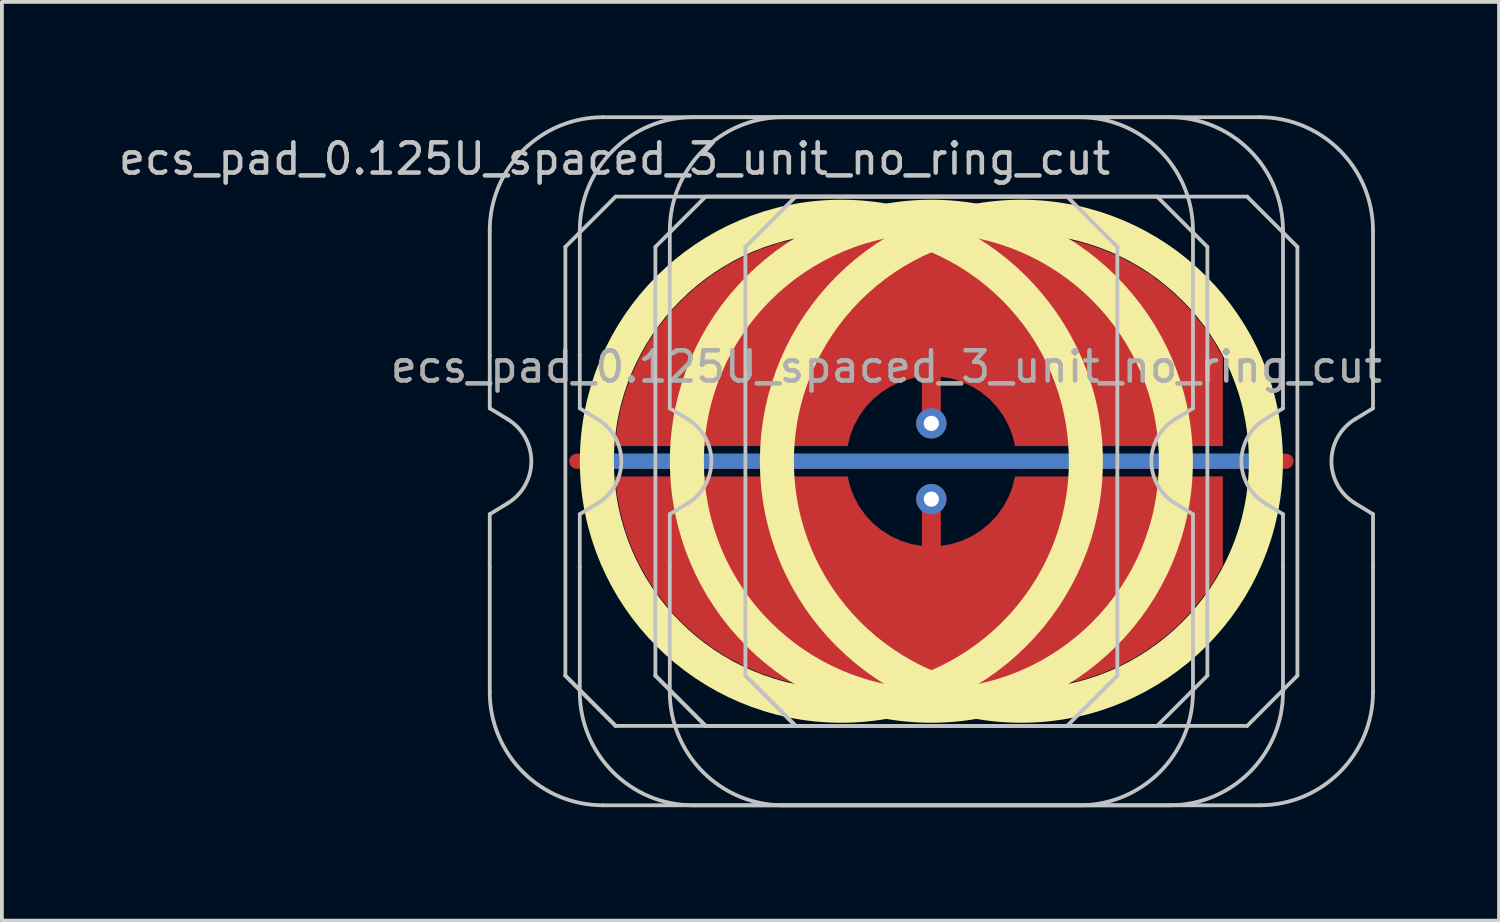
<source format=kicad_pcb>
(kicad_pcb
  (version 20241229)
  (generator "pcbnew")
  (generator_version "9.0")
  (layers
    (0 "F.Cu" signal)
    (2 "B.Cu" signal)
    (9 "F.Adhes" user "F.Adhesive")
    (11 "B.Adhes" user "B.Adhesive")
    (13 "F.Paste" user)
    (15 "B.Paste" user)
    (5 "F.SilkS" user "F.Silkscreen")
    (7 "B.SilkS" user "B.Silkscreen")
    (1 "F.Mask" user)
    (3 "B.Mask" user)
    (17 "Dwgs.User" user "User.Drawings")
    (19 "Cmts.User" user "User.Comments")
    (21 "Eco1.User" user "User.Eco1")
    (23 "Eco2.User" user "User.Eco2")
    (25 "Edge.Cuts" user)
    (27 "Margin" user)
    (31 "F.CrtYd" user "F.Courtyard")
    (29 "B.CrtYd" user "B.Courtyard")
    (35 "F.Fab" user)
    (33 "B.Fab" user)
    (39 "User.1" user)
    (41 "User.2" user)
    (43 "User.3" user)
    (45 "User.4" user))
  (footprint "ecs_pad_0.125U_spaced_3_unit_no_ring_cut"
    (layer "F.Cu")
    (at 21.585 9.15)
    (property "Reference" "ecs_pad_0.125U_spaced_3_unit_no_ring_cut" (at -8.38 -8 0) (layer "Dwgs.User") (effects (font (size 0.8 0.8) (thickness 0.12))))
    (attr smd)
    (fp_circle (center -2.381 0) (end 4.086 0) (stroke (width 0.9) (type solid)) (fill no) (layer "F.SilkS"))
    (fp_circle (center 0 0) (end 6.467 0) (stroke (width 0.9) (type solid)) (fill no) (layer "F.SilkS"))
    (fp_circle (center 2.381 0) (end 8.848 0) (stroke (width 0.9) (type solid)) (fill no) (layer "F.SilkS"))
    (fp_line (start -11.681 -2.805) (end -11.681 -6.1) (stroke (width 0.1) (type solid)) (layer "Dwgs.User"))
    (fp_line (start -11.681 -1.4) (end -11.681 -2.805) (stroke (width 0.1) (type solid)) (layer "Dwgs.User"))
    (fp_line (start -11.681 1.4) (end -11.206 1.111) (stroke (width 0.1) (type solid)) (layer "Dwgs.User"))
    (fp_line (start -11.681 2.805) (end -11.681 1.4) (stroke (width 0.1) (type solid)) (layer "Dwgs.User"))
    (fp_line (start -11.681 6.1) (end -11.681 2.805) (stroke (width 0.1) (type solid)) (layer "Dwgs.User"))
    (fp_line (start -11.206 -1.111) (end -11.681 -1.4) (stroke (width 0.1) (type solid)) (layer "Dwgs.User"))
    (fp_line (start -9.681 -5.67) (end -8.351 -7) (stroke (width 0.1) (type solid)) (layer "Dwgs.User"))
    (fp_line (start -9.681 5.67) (end -9.681 -5.67) (stroke (width 0.1) (type solid)) (layer "Dwgs.User"))
    (fp_line (start -9.681 5.67) (end -8.351 7) (stroke (width 0.1) (type solid)) (layer "Dwgs.User"))
    (fp_line (start -9.3 -2.805) (end -9.3 -6.1) (stroke (width 0.1) (type solid)) (layer "Dwgs.User"))
    (fp_line (start -9.3 -1.4) (end -9.3 -2.805) (stroke (width 0.1) (type solid)) (layer "Dwgs.User"))
    (fp_line (start -9.3 1.4) (end -8.824 1.111) (stroke (width 0.1) (type solid)) (layer "Dwgs.User"))
    (fp_line (start -9.3 2.805) (end -9.3 1.4) (stroke (width 0.1) (type solid)) (layer "Dwgs.User"))
    (fp_line (start -9.3 6.1) (end -9.3 2.805) (stroke (width 0.1) (type solid)) (layer "Dwgs.User"))
    (fp_line (start -8.824 -1.111) (end -9.3 -1.4) (stroke (width 0.1) (type solid)) (layer "Dwgs.User"))
    (fp_line (start -8.681 -9.1) (end 3.919 -9.1) (stroke (width 0.1) (type solid)) (layer "Dwgs.User"))
    (fp_line (start -8.351 -7) (end 3.589 -7) (stroke (width 0.1) (type solid)) (layer "Dwgs.User"))
    (fp_line (start -8.351 7) (end -9.681 5.67) (stroke (width 0.1) (type solid)) (layer "Dwgs.User"))
    (fp_line (start -7.3 -5.67) (end -5.97 -7) (stroke (width 0.1) (type solid)) (layer "Dwgs.User"))
    (fp_line (start -7.3 5.67) (end -7.3 -5.67) (stroke (width 0.1) (type solid)) (layer "Dwgs.User"))
    (fp_line (start -7.3 5.67) (end -5.97 7) (stroke (width 0.1) (type solid)) (layer "Dwgs.User"))
    (fp_line (start -6.919 -2.805) (end -6.919 -6.1) (stroke (width 0.1) (type solid)) (layer "Dwgs.User"))
    (fp_line (start -6.919 -1.4) (end -6.919 -2.805) (stroke (width 0.1) (type solid)) (layer "Dwgs.User"))
    (fp_line (start -6.919 1.4) (end -6.443 1.111) (stroke (width 0.1) (type solid)) (layer "Dwgs.User"))
    (fp_line (start -6.919 2.805) (end -6.919 1.4) (stroke (width 0.1) (type solid)) (layer "Dwgs.User"))
    (fp_line (start -6.919 6.1) (end -6.919 2.805) (stroke (width 0.1) (type solid)) (layer "Dwgs.User"))
    (fp_line (start -6.443 -1.111) (end -6.919 -1.4) (stroke (width 0.1) (type solid)) (layer "Dwgs.User"))
    (fp_line (start -6.3 -9.1) (end 6.3 -9.1) (stroke (width 0.1) (type solid)) (layer "Dwgs.User"))
    (fp_line (start -5.97 -7) (end 5.97 -7) (stroke (width 0.1) (type solid)) (layer "Dwgs.User"))
    (fp_line (start -5.97 7) (end -7.3 5.67) (stroke (width 0.1) (type solid)) (layer "Dwgs.User"))
    (fp_line (start -4.919 -5.67) (end -3.589 -7) (stroke (width 0.1) (type solid)) (layer "Dwgs.User"))
    (fp_line (start -4.919 5.67) (end -4.919 -5.67) (stroke (width 0.1) (type solid)) (layer "Dwgs.User"))
    (fp_line (start -4.919 5.67) (end -3.589 7) (stroke (width 0.1) (type solid)) (layer "Dwgs.User"))
    (fp_line (start -3.919 -9.1) (end 8.681 -9.1) (stroke (width 0.1) (type solid)) (layer "Dwgs.User"))
    (fp_line (start -3.589 -7) (end 8.351 -7) (stroke (width 0.1) (type solid)) (layer "Dwgs.User"))
    (fp_line (start -3.589 7) (end -4.919 5.67) (stroke (width 0.1) (type solid)) (layer "Dwgs.User"))
    (fp_line (start 3.589 -7) (end 4.919 -5.67) (stroke (width 0.1) (type solid)) (layer "Dwgs.User"))
    (fp_line (start 3.589 7) (end -8.351 7) (stroke (width 0.1) (type solid)) (layer "Dwgs.User"))
    (fp_line (start 3.919 9.1) (end -8.681 9.1) (stroke (width 0.1) (type solid)) (layer "Dwgs.User"))
    (fp_line (start 4.919 -5.67) (end 4.919 5.67) (stroke (width 0.1) (type solid)) (layer "Dwgs.User"))
    (fp_line (start 4.919 5.67) (end 3.589 7) (stroke (width 0.1) (type solid)) (layer "Dwgs.User"))
    (fp_line (start 5.97 -7) (end 7.3 -5.67) (stroke (width 0.1) (type solid)) (layer "Dwgs.User"))
    (fp_line (start 5.97 7) (end -5.97 7) (stroke (width 0.1) (type solid)) (layer "Dwgs.User"))
    (fp_line (start 6.3 9.1) (end -6.3 9.1) (stroke (width 0.1) (type solid)) (layer "Dwgs.User"))
    (fp_line (start 6.443 1.111) (end 6.919 1.4) (stroke (width 0.1) (type solid)) (layer "Dwgs.User"))
    (fp_line (start 6.919 -6.1) (end 6.919 -2.805) (stroke (width 0.1) (type solid)) (layer "Dwgs.User"))
    (fp_line (start 6.919 -2.805) (end 6.919 -1.4) (stroke (width 0.1) (type solid)) (layer "Dwgs.User"))
    (fp_line (start 6.919 -1.4) (end 6.443 -1.111) (stroke (width 0.1) (type solid)) (layer "Dwgs.User"))
    (fp_line (start 6.919 1.4) (end 6.919 2.805) (stroke (width 0.1) (type solid)) (layer "Dwgs.User"))
    (fp_line (start 6.919 2.805) (end 6.919 6.1) (stroke (width 0.1) (type solid)) (layer "Dwgs.User"))
    (fp_line (start 7.3 -5.67) (end 7.3 5.67) (stroke (width 0.1) (type solid)) (layer "Dwgs.User"))
    (fp_line (start 7.3 5.67) (end 5.97 7) (stroke (width 0.1) (type solid)) (layer "Dwgs.User"))
    (fp_line (start 8.351 -7) (end 9.681 -5.67) (stroke (width 0.1) (type solid)) (layer "Dwgs.User"))
    (fp_line (start 8.351 7) (end -3.589 7) (stroke (width 0.1) (type solid)) (layer "Dwgs.User"))
    (fp_line (start 8.681 9.1) (end -3.919 9.1) (stroke (width 0.1) (type solid)) (layer "Dwgs.User"))
    (fp_line (start 8.824 1.111) (end 9.3 1.4) (stroke (width 0.1) (type solid)) (layer "Dwgs.User"))
    (fp_line (start 9.3 -6.1) (end 9.3 -2.805) (stroke (width 0.1) (type solid)) (layer "Dwgs.User"))
    (fp_line (start 9.3 -2.805) (end 9.3 -1.4) (stroke (width 0.1) (type solid)) (layer "Dwgs.User"))
    (fp_line (start 9.3 -1.4) (end 8.824 -1.111) (stroke (width 0.1) (type solid)) (layer "Dwgs.User"))
    (fp_line (start 9.3 1.4) (end 9.3 2.805) (stroke (width 0.1) (type solid)) (layer "Dwgs.User"))
    (fp_line (start 9.3 2.805) (end 9.3 6.1) (stroke (width 0.1) (type solid)) (layer "Dwgs.User"))
    (fp_line (start 9.681 -5.67) (end 9.681 5.67) (stroke (width 0.1) (type solid)) (layer "Dwgs.User"))
    (fp_line (start 9.681 5.67) (end 8.351 7) (stroke (width 0.1) (type solid)) (layer "Dwgs.User"))
    (fp_line (start 11.206 1.111) (end 11.681 1.4) (stroke (width 0.1) (type solid)) (layer "Dwgs.User"))
    (fp_line (start 11.681 -6.1) (end 11.681 -2.805) (stroke (width 0.1) (type solid)) (layer "Dwgs.User"))
    (fp_line (start 11.681 -2.805) (end 11.681 -1.4) (stroke (width 0.1) (type solid)) (layer "Dwgs.User"))
    (fp_line (start 11.681 -1.4) (end 11.206 -1.111) (stroke (width 0.1) (type solid)) (layer "Dwgs.User"))
    (fp_line (start 11.681 1.4) (end 11.681 2.805) (stroke (width 0.1) (type solid)) (layer "Dwgs.User"))
    (fp_line (start 11.681 2.805) (end 11.681 6.1) (stroke (width 0.1) (type solid)) (layer "Dwgs.User"))
    (fp_arc (start -11.68125 -6.1) (mid -10.80257 -8.22132) (end -8.68125 -9.1) (stroke (width 0.1) (type solid)) (layer "Dwgs.User"))
    (fp_arc (start -11.205583 -1.110619) (mid -10.58125 0) (end -11.205583 1.110619) (stroke (width 0.1) (type solid)) (layer "Dwgs.User"))
    (fp_arc (start -9.3 -6.1) (mid -8.42132 -8.22132) (end -6.3 -9.1) (stroke (width 0.1) (type solid)) (layer "Dwgs.User"))
    (fp_arc (start -8.824333 -1.110619) (mid -8.2 0) (end -8.824333 1.110619) (stroke (width 0.1) (type solid)) (layer "Dwgs.User"))
    (fp_arc (start -8.68125 9.1) (mid -10.80257 8.22132) (end -11.68125 6.1) (stroke (width 0.1) (type solid)) (layer "Dwgs.User"))
    (fp_arc (start -6.91875 -6.1) (mid -6.04007 -8.22132) (end -3.91875 -9.1) (stroke (width 0.1) (type solid)) (layer "Dwgs.User"))
    (fp_arc (start -6.443083 -1.110619) (mid -5.81875 0) (end -6.443083 1.110619) (stroke (width 0.1) (type solid)) (layer "Dwgs.User"))
    (fp_arc (start -6.3 9.1) (mid -8.42132 8.22132) (end -9.3 6.1) (stroke (width 0.1) (type solid)) (layer "Dwgs.User"))
    (fp_arc (start -3.91875 9.1) (mid -6.04007 8.22132) (end -6.91875 6.1) (stroke (width 0.1) (type solid)) (layer "Dwgs.User"))
    (fp_arc (start 3.91875 -9.1) (mid 6.04007 -8.22132) (end 6.91875 -6.1) (stroke (width 0.1) (type solid)) (layer "Dwgs.User"))
    (fp_arc (start 6.3 -9.1) (mid 8.42132 -8.22132) (end 9.3 -6.1) (stroke (width 0.1) (type solid)) (layer "Dwgs.User"))
    (fp_arc (start 6.443083 1.110619) (mid 5.81875 0) (end 6.443083 -1.110619) (stroke (width 0.1) (type solid)) (layer "Dwgs.User"))
    (fp_arc (start 6.91875 6.1) (mid 6.04007 8.22132) (end 3.91875 9.1) (stroke (width 0.1) (type solid)) (layer "Dwgs.User"))
    (fp_arc (start 8.68125 -9.1) (mid 10.80257 -8.22132) (end 11.68125 -6.1) (stroke (width 0.1) (type solid)) (layer "Dwgs.User"))
    (fp_arc (start 8.824333 1.110619) (mid 8.2 0) (end 8.824333 -1.110619) (stroke (width 0.1) (type solid)) (layer "Dwgs.User"))
    (fp_arc (start 9.3 6.1) (mid 8.42132 8.22132) (end 6.3 9.1) (stroke (width 0.1) (type solid)) (layer "Dwgs.User"))
    (fp_arc (start 11.205583 1.110619) (mid 10.58125 0) (end 11.205583 -1.110619) (stroke (width 0.1) (type solid)) (layer "Dwgs.User"))
    (fp_arc (start 11.68125 6.1) (mid 10.80257 8.22132) (end 8.68125 9.1) (stroke (width 0.1) (type solid)) (layer "Dwgs.User"))
    (fp_text user "${REFERENCE}" (at -1.191 -2.5 0) (layer "F.Fab") (effects (font (size 0.8 0.8) (thickness 0.12))))
    (pad "1" smd custom (at -0.001 -1.002) (size 0.221 0.221) (layers "F.Cu") (options (anchor circle)) (primitives (gr_poly (pts (xy -8.368 0.6) (xy -2.214 0.6) (xy -2.145 0.32) (xy -2.041 0.052) (xy -1.903 -0.201) (xy -1.734 -0.434) (xy -1.536 -0.644) (xy -1.314 -0.826) (xy -1.07 -0.979) (xy -0.808 -1.1) (xy -0.534 -1.186) (xy -0.25 -1.236) (xy -0.25 0) (xy -0.231 0.096) (xy -0.177 0.177) (xy -0.096 0.231) (xy 0 0.25) (xy 0.096 0.231) (xy 0.177 0.177) (xy 0.231 0.096) (xy 0.25 0) (xy 0.25 -1.236) (xy 0.534 -1.186) (xy 0.808 -1.1) (xy 1.07 -0.979) (xy 1.314 -0.826) (xy 1.536 -0.644) (xy 1.734 -0.434) (xy 1.903 -0.201) (xy 2.041 0.052) (xy 2.145 0.32) (xy 2.214 0.6) (xy 7.71 0.6) (xy 7.71 -1.758) (xy 7.47 -2.179) (xy 7.197 -2.579) (xy 6.892 -2.956) (xy 6.558 -3.308) (xy 6.197 -3.631) (xy 5.81 -3.924) (xy 5.402 -4.184) (xy 4.973 -4.411) (xy 4.528 -4.603) (xy 4.069 -4.758) (xy 3.599 -4.875) (xy 3.12 -4.954) (xy 2.637 -4.995) (xy 2.152 -4.996) (xy 1.669 -4.958) (xy 1.191 -4.881) (xy 0.717 -4.957) (xy 0.24 -4.995) (xy -0.24 -4.995) (xy -0.717 -4.957) (xy -1.191 -4.881) (xy -1.671 -4.958) (xy -2.156 -4.996) (xy -2.643 -4.994) (xy -3.128 -4.953) (xy -3.608 -4.873) (xy -4.08 -4.755) (xy -4.541 -4.598) (xy -4.987 -4.404) (xy -5.417 -4.175) (xy -5.826 -3.912) (xy -6.213 -3.617) (xy -6.575 -3.291) (xy -6.909 -2.937) (xy -7.213 -2.557) (xy -7.485 -2.154) (xy -7.724 -1.73) (xy -7.928 -1.288) (xy -8.095 -0.831) (xy -8.225 -0.362) (xy -8.316 0.116)) (width 0) (fill yes))))
    (pad "1" thru_hole circle (at -0.001 -1.002) (size 0.8 0.8) (drill 0.4) (layers "*.Cu"))
    (pad "2" smd custom (at -0.001 1.002) (size 0.221 0.221) (layers "F.Cu") (options (anchor circle)) (primitives (gr_poly (pts (xy -8.368 -0.6) (xy -2.214 -0.6) (xy -2.145 -0.32) (xy -2.041 -0.052) (xy -1.903 0.201) (xy -1.734 0.434) (xy -1.536 0.644) (xy -1.314 0.826) (xy -1.07 0.979) (xy -0.808 1.1) (xy -0.534 1.186) (xy -0.25 1.236) (xy -0.25 0) (xy -0.231 -0.096) (xy -0.177 -0.177) (xy -0.096 -0.231) (xy 0 -0.25) (xy 0.096 -0.231) (xy 0.177 -0.177) (xy 0.231 -0.096) (xy 0.25 0) (xy 0.25 1.236) (xy 0.534 1.186) (xy 0.808 1.1) (xy 1.07 0.979) (xy 1.314 0.826) (xy 1.536 0.644) (xy 1.734 0.434) (xy 1.903 0.201) (xy 2.041 -0.052) (xy 2.145 -0.32) (xy 2.214 -0.6) (xy 7.71 -0.6) (xy 7.71 1.758) (xy 7.47 2.179) (xy 7.197 2.579) (xy 6.892 2.956) (xy 6.558 3.308) (xy 6.197 3.631) (xy 5.81 3.924) (xy 5.402 4.184) (xy 4.973 4.411) (xy 4.528 4.603) (xy 4.069 4.758) (xy 3.599 4.875) (xy 3.12 4.954) (xy 2.637 4.995) (xy 2.152 4.996) (xy 1.669 4.958) (xy 1.191 4.881) (xy 0.717 4.957) (xy 0.24 4.995) (xy -0.24 4.995) (xy -0.717 4.957) (xy -1.191 4.881) (xy -1.671 4.958) (xy -2.156 4.996) (xy -2.643 4.994) (xy -3.128 4.953) (xy -3.608 4.873) (xy -4.08 4.755) (xy -4.541 4.598) (xy -4.987 4.404) (xy -5.417 4.175) (xy -5.826 3.912) (xy -6.213 3.617) (xy -6.575 3.291) (xy -6.909 2.937) (xy -7.213 2.557) (xy -7.485 2.154) (xy -7.724 1.73) (xy -7.928 1.288) (xy -8.095 0.831) (xy -8.225 0.362) (xy -8.316 -0.116)) (width 0) (fill yes))))
    (pad "2" thru_hole circle (at -0.001 1.002) (size 0.8 0.8) (drill 0.4) (layers "*.Cu"))
    (pad "3" smd custom (at 0 0 270) (size 0.4 0.4) (layers "F.Cu") (options (anchor rect)) (primitives (gr_line (start 0 -9.381) (end 0 9.381) (width 0.4))))
    (pad "3" smd custom (at 0 0 270) (size 0.4 0.4) (layers "B.Cu") (options (anchor rect)) (primitives (gr_line (start 0 -8.881) (end 0 8.881) (width 0.4))))
    (zone (net_name "") (layer "F.Cu") (hatch edge 0.508) (connect_pads) (min_thickness 0.254) (filled_areas_thickness no) (keepout (tracks allowed) (vias allowed) (pads allowed) (copperpour not_allowed) (footprints allowed)) (placement (enabled no)) (fill) (polygon (pts (xy 19.204 2.145) (xy 18.69 2.164) (xy 18.18 2.22) (xy 17.675 2.314) (xy 17.179 2.444) (xy 16.693 2.61) (xy 16.221 2.812) (xy 15.765 3.047) (xy 15.327 3.315) (xy 14.91 3.615) (xy 14.516 3.944) (xy 14.148 4.302) (xy 13.806 4.685) (xy 13.494 5.092) (xy 13.212 5.521) (xy 12.962 5.97) (xy 12.746 6.435) (xy 12.564 6.916) (xy 12.419 7.408) (xy 12.309 7.91) (xy 12.237 8.418) (xy 12.202 8.93) (xy 12.205 9.443) (xy 12.245 9.955) (xy 12.323 10.463) (xy 12.437 10.963) (xy 12.588 11.454) (xy 12.775 11.932) (xy 12.996 12.395) (xy 13.25 12.841) (xy 13.536 13.267) (xy 13.853 13.671) (xy 14.199 14.051) (xy 14.571 14.404) (xy 14.968 14.73) (xy 15.388 15.025) (xy 15.829 15.288) (xy 16.288 15.519) (xy 16.762 15.716) (xy 17.249 15.877) (xy 17.747 16.002) (xy 18.253 16.09) (xy 18.764 16.141) (xy 19.277 16.155) (xy 19.79 16.13) (xy 20.299 16.069) (xy 20.803 15.97) (xy 21.298 15.834) (xy 21.782 15.663) (xy 22.252 15.457) (xy 22.706 15.216) (xy 23.141 14.944) (xy 23.555 14.64) (xy 23.945 14.306) (xy 24.31 13.945) (xy 24.647 13.558) (xy 24.956 13.148) (xy 25.233 12.716) (xy 25.478 12.265) (xy 25.689 11.797) (xy 25.866 11.315) (xy 26.006 10.821) (xy 26.11 10.318) (xy 26.177 9.809) (xy 26.207 9.297) (xy 26.199 8.783) (xy 26.153 8.272) (xy 26.07 7.765) (xy 25.95 7.266) (xy 25.794 6.777) (xy 25.603 6.301) (xy 25.377 5.84) (xy 25.118 5.397) (xy 24.827 4.974) (xy 24.506 4.573) (xy 24.157 4.197) (xy 23.781 3.847) (xy 23.38 3.526) (xy 22.957 3.236) (xy 22.514 2.977) (xy 22.053 2.751) (xy 21.576 2.559) (xy 21.087 2.403) (xy 20.588 2.283) (xy 20.081 2.2) (xy 19.57 2.155))))
    (zone (net_name "") (layer "F.Cu") (hatch edge 0.508) (connect_pads) (min_thickness 0.254) (filled_areas_thickness no) (keepout (tracks allowed) (vias allowed) (pads allowed) (copperpour not_allowed) (footprints allowed)) (placement (enabled no)) (fill) (polygon (pts (xy 21.585 2.145) (xy 21.072 2.164) (xy 20.561 2.22) (xy 20.057 2.314) (xy 19.56 2.444) (xy 19.074 2.61) (xy 18.602 2.812) (xy 18.146 3.047) (xy 17.708 3.315) (xy 17.291 3.615) (xy 16.898 3.944) (xy 16.529 4.302) (xy 16.187 4.685) (xy 15.875 5.092) (xy 15.593 5.521) (xy 15.343 5.97) (xy 15.127 6.435) (xy 14.946 6.916) (xy 14.8 7.408) (xy 14.691 7.91) (xy 14.618 8.418) (xy 14.583 8.93) (xy 14.586 9.443) (xy 14.626 9.955) (xy 14.704 10.463) (xy 14.819 10.963) (xy 14.969 11.454) (xy 15.156 11.932) (xy 15.377 12.395) (xy 15.631 12.841) (xy 15.918 13.267) (xy 16.234 13.671) (xy 16.58 14.051) (xy 16.952 14.404) (xy 17.35 14.73) (xy 17.77 15.025) (xy 18.21 15.288) (xy 18.669 15.519) (xy 19.143 15.716) (xy 19.63 15.877) (xy 20.128 16.002) (xy 20.634 16.09) (xy 21.145 16.141) (xy 21.658 16.155) (xy 22.171 16.13) (xy 22.681 16.069) (xy 23.184 15.97) (xy 23.68 15.834) (xy 24.163 15.663) (xy 24.634 15.457) (xy 25.087 15.216) (xy 25.522 14.944) (xy 25.936 14.64) (xy 26.326 14.306) (xy 26.691 13.945) (xy 27.029 13.558) (xy 27.337 13.148) (xy 27.614 12.716) (xy 27.859 12.265) (xy 28.07 11.797) (xy 28.247 11.315) (xy 28.387 10.821) (xy 28.492 10.318) (xy 28.559 9.809) (xy 28.588 9.297) (xy 28.58 8.783) (xy 28.534 8.272) (xy 28.451 7.765) (xy 28.332 7.266) (xy 28.176 6.777) (xy 27.984 6.301) (xy 27.758 5.84) (xy 27.499 5.397) (xy 27.208 4.974) (xy 26.887 4.573) (xy 26.538 4.197) (xy 26.162 3.847) (xy 25.761 3.526) (xy 25.338 3.236) (xy 24.895 2.977) (xy 24.434 2.751) (xy 23.958 2.559) (xy 23.469 2.403) (xy 22.969 2.283) (xy 22.463 2.2) (xy 21.951 2.155))))
    (zone (net_name "") (layer "F.Cu") (hatch edge 0.508) (connect_pads) (min_thickness 0.254) (filled_areas_thickness no) (keepout (tracks allowed) (vias allowed) (pads allowed) (copperpour not_allowed) (footprints allowed)) (placement (enabled no)) (fill) (polygon (pts (xy 23.966 2.145) (xy 23.453 2.164) (xy 22.943 2.22) (xy 22.438 2.314) (xy 21.941 2.444) (xy 21.456 2.61) (xy 20.983 2.812) (xy 20.527 3.047) (xy 20.09 3.315) (xy 19.673 3.615) (xy 19.279 3.944) (xy 18.91 4.302) (xy 18.569 4.685) (xy 18.256 5.092) (xy 17.974 5.521) (xy 17.725 5.97) (xy 17.508 6.435) (xy 17.327 6.916) (xy 17.181 7.408) (xy 17.072 7.91) (xy 16.999 8.418) (xy 16.965 8.93) (xy 16.967 9.443) (xy 17.008 9.955) (xy 17.085 10.463) (xy 17.2 10.963) (xy 17.351 11.454) (xy 17.537 11.932) (xy 17.758 12.395) (xy 18.013 12.841) (xy 18.299 13.267) (xy 18.616 13.671) (xy 18.961 14.051) (xy 19.334 14.404) (xy 19.731 14.73) (xy 20.151 15.025) (xy 20.591 15.288) (xy 21.05 15.519) (xy 21.524 15.716) (xy 22.012 15.877) (xy 22.51 16.002) (xy 23.015 16.09) (xy 23.526 16.141) (xy 24.039 16.155) (xy 24.552 16.13) (xy 25.062 16.069) (xy 25.566 15.97) (xy 26.061 15.834) (xy 26.545 15.663) (xy 27.015 15.457) (xy 27.468 15.216) (xy 27.903 14.944) (xy 28.317 14.64) (xy 28.707 14.306) (xy 29.072 13.945) (xy 29.41 13.558) (xy 29.718 13.148) (xy 29.995 12.716) (xy 30.24 12.265) (xy 30.452 11.797) (xy 30.628 11.315) (xy 30.769 10.821) (xy 30.873 10.318) (xy 30.94 9.809) (xy 30.969 9.297) (xy 30.961 8.783) (xy 30.916 8.272) (xy 30.833 7.765) (xy 30.713 7.266) (xy 30.557 6.777) (xy 30.365 6.301) (xy 30.139 5.84) (xy 29.88 5.397) (xy 29.59 4.974) (xy 29.269 4.573) (xy 28.919 4.197) (xy 28.543 3.847) (xy 28.143 3.526) (xy 27.719 3.236) (xy 27.276 2.977) (xy 26.815 2.751) (xy 26.339 2.559) (xy 25.85 2.403) (xy 25.351 2.283) (xy 24.844 2.2) (xy 24.333 2.155))))
    (zone (net_name "") (layer "B.Cu") (hatch edge 0.508) (connect_pads) (min_thickness 0.254) (filled_areas_thickness no) (keepout (tracks allowed) (vias allowed) (pads allowed) (copperpour not_allowed) (footprints allowed)) (placement (enabled no)) (fill) (polygon (pts (xy 19.204 2.592) (xy 18.689 2.612) (xy 18.178 2.672) (xy 17.673 2.773) (xy 17.177 2.913) (xy 16.694 3.091) (xy 16.226 3.307) (xy 15.777 3.558) (xy 15.349 3.844) (xy 14.944 4.163) (xy 14.566 4.513) (xy 14.217 4.891) (xy 13.898 5.295) (xy 13.612 5.723) (xy 13.36 6.173) (xy 13.144 6.64) (xy 12.966 7.123) (xy 12.826 7.619) (xy 12.726 8.124) (xy 12.665 8.635) (xy 12.645 9.15) (xy 12.665 9.665) (xy 12.726 10.176) (xy 12.826 10.681) (xy 12.966 11.177) (xy 13.144 11.66) (xy 13.36 12.127) (xy 13.612 12.577) (xy 13.898 13.005) (xy 14.217 13.409) (xy 14.566 13.787) (xy 14.944 14.137) (xy 15.349 14.456) (xy 15.777 14.742) (xy 16.226 14.993) (xy 16.694 15.209) (xy 17.177 15.387) (xy 17.673 15.527) (xy 18.178 15.628) (xy 18.689 15.688) (xy 19.204 15.708) (xy 19.718 15.688) (xy 20.229 15.628) (xy 20.735 15.527) (xy 21.23 15.387) (xy 21.713 15.209) (xy 22.181 14.993) (xy 22.63 14.742) (xy 23.058 14.456) (xy 23.463 14.137) (xy 23.841 13.787) (xy 24.19 13.409) (xy 24.509 13.005) (xy 24.795 12.577) (xy 25.047 12.127) (xy 25.263 11.66) (xy 25.441 11.177) (xy 25.581 10.681) (xy 25.681 10.176) (xy 25.742 9.665) (xy 25.762 9.15) (xy 25.742 8.635) (xy 25.681 8.124) (xy 25.581 7.619) (xy 25.441 7.123) (xy 25.263 6.64) (xy 25.047 6.173) (xy 24.795 5.723) (xy 24.509 5.295) (xy 24.19 4.891) (xy 23.841 4.513) (xy 23.463 4.163) (xy 23.058 3.844) (xy 22.63 3.558) (xy 22.181 3.307) (xy 21.713 3.091) (xy 21.23 2.913) (xy 20.735 2.773) (xy 20.229 2.672) (xy 19.718 2.612))))
    (zone (net_name "") (layer "B.Cu") (hatch edge 0.508) (connect_pads) (min_thickness 0.254) (filled_areas_thickness no) (keepout (tracks allowed) (vias allowed) (pads allowed) (copperpour not_allowed) (footprints allowed)) (placement (enabled no)) (fill) (polygon (pts (xy 21.585 2.592) (xy 21.07 2.612) (xy 20.559 2.672) (xy 20.054 2.773) (xy 19.558 2.913) (xy 19.075 3.091) (xy 18.607 3.307) (xy 18.158 3.558) (xy 17.73 3.844) (xy 17.326 4.163) (xy 16.947 4.513) (xy 16.598 4.891) (xy 16.279 5.295) (xy 15.993 5.723) (xy 15.741 6.173) (xy 15.526 6.64) (xy 15.347 7.123) (xy 15.208 7.619) (xy 15.107 8.124) (xy 15.047 8.635) (xy 15.027 9.15) (xy 15.047 9.665) (xy 15.107 10.176) (xy 15.208 10.681) (xy 15.347 11.177) (xy 15.526 11.66) (xy 15.741 12.127) (xy 15.993 12.577) (xy 16.279 13.005) (xy 16.598 13.409) (xy 16.947 13.787) (xy 17.326 14.137) (xy 17.73 14.456) (xy 18.158 14.742) (xy 18.607 14.993) (xy 19.075 15.209) (xy 19.558 15.387) (xy 20.054 15.527) (xy 20.559 15.628) (xy 21.07 15.688) (xy 21.585 15.708) (xy 22.099 15.688) (xy 22.611 15.628) (xy 23.116 15.527) (xy 23.611 15.387) (xy 24.095 15.209) (xy 24.562 14.993) (xy 25.011 14.742) (xy 25.44 14.456) (xy 25.844 14.137) (xy 26.222 13.787) (xy 26.572 13.409) (xy 26.891 13.005) (xy 27.177 12.577) (xy 27.428 12.127) (xy 27.644 11.66) (xy 27.822 11.177) (xy 27.962 10.681) (xy 28.062 10.176) (xy 28.123 9.665) (xy 28.143 9.15) (xy 28.123 8.635) (xy 28.062 8.124) (xy 27.962 7.619) (xy 27.822 7.123) (xy 27.644 6.64) (xy 27.428 6.173) (xy 27.177 5.723) (xy 26.891 5.295) (xy 26.572 4.891) (xy 26.222 4.513) (xy 25.844 4.163) (xy 25.44 3.844) (xy 25.011 3.558) (xy 24.562 3.307) (xy 24.095 3.091) (xy 23.611 2.913) (xy 23.116 2.773) (xy 22.611 2.672) (xy 22.099 2.612))))
    (zone (net_name "") (layer "B.Cu") (hatch edge 0.508) (connect_pads) (min_thickness 0.254) (filled_areas_thickness no) (keepout (tracks allowed) (vias allowed) (pads allowed) (copperpour not_allowed) (footprints allowed)) (placement (enabled no)) (fill) (polygon (pts (xy 23.966 2.592) (xy 23.451 2.612) (xy 22.94 2.672) (xy 22.435 2.773) (xy 21.939 2.913) (xy 21.456 3.091) (xy 20.989 3.307) (xy 20.539 3.558) (xy 20.111 3.844) (xy 19.707 4.163) (xy 19.329 4.513) (xy 18.979 4.891) (xy 18.66 5.295) (xy 18.374 5.723) (xy 18.123 6.173) (xy 17.907 6.64) (xy 17.729 7.123) (xy 17.589 7.619) (xy 17.489 8.124) (xy 17.428 8.635) (xy 17.408 9.15) (xy 17.428 9.665) (xy 17.489 10.176) (xy 17.589 10.681) (xy 17.729 11.177) (xy 17.907 11.66) (xy 18.123 12.127) (xy 18.374 12.577) (xy 18.66 13.005) (xy 18.979 13.409) (xy 19.329 13.787) (xy 19.707 14.137) (xy 20.111 14.456) (xy 20.539 14.742) (xy 20.989 14.993) (xy 21.456 15.209) (xy 21.939 15.387) (xy 22.435 15.527) (xy 22.94 15.628) (xy 23.451 15.688) (xy 23.966 15.708) (xy 24.481 15.688) (xy 24.992 15.628) (xy 25.497 15.527) (xy 25.993 15.387) (xy 26.476 15.209) (xy 26.943 14.993) (xy 27.393 14.742) (xy 27.821 14.456) (xy 28.225 14.137) (xy 28.603 13.787) (xy 28.953 13.409) (xy 29.272 13.005) (xy 29.558 12.577) (xy 29.809 12.127) (xy 30.025 11.66) (xy 30.203 11.177) (xy 30.343 10.681) (xy 30.444 10.176) (xy 30.504 9.665) (xy 30.524 9.15) (xy 30.504 8.635) (xy 30.444 8.124) (xy 30.343 7.619) (xy 30.203 7.123) (xy 30.025 6.64) (xy 29.809 6.173) (xy 29.558 5.723) (xy 29.272 5.295) (xy 28.953 4.891) (xy 28.603 4.513) (xy 28.225 4.163) (xy 27.821 3.844) (xy 27.393 3.558) (xy 26.943 3.307) (xy 26.476 3.091) (xy 25.993 2.913) (xy 25.497 2.773) (xy 24.992 2.672) (xy 24.481 2.612)))))
  (gr_rect
    (start -3 -3)
    (end 36.599 21.3)
    (stroke (width 0.1) (type default))
    (fill no)
    (layer "Edge.Cuts")))
</source>
